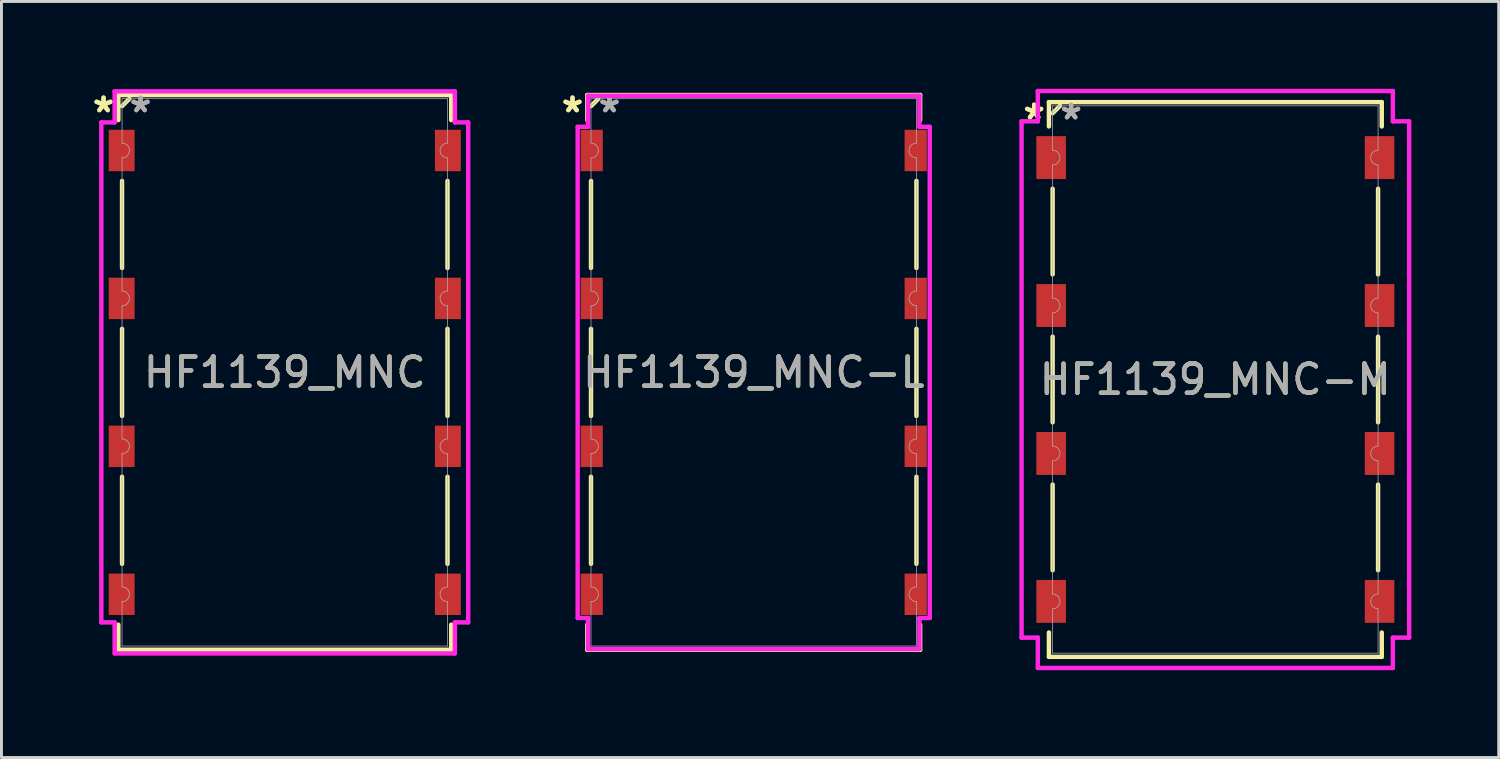
<source format=kicad_pcb>
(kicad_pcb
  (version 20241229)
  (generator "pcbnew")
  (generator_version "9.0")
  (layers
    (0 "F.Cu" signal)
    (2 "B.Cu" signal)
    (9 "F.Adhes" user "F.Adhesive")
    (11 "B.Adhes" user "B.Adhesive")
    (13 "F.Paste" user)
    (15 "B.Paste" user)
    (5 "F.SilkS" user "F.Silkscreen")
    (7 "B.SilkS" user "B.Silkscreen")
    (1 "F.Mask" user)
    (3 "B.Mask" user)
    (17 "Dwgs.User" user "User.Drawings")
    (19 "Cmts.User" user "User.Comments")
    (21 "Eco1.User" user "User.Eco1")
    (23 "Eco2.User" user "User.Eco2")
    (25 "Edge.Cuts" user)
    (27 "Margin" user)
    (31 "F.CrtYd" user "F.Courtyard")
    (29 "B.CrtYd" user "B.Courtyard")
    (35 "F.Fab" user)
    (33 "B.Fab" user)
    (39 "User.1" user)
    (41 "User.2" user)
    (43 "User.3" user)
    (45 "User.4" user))
  (footprint "HF1139_MNC"
    (layer "F.Cu")
    (at 6.729 9.738)
    (property "Reference" "HF1139_MNC" (at 0 0 0) (unlocked yes) (layer "F.SilkS") (effects (font (size 1 1) (thickness 0.15))))
    (attr smd)
    (fp_line (start -5.715 -9.525) (end 5.715 -9.525) (stroke (width 0.152) (type solid)) (layer "F.SilkS"))
    (fp_line (start -5.715 -8.664) (end -5.715 -9.525) (stroke (width 0.152) (type solid)) (layer "F.SilkS"))
    (fp_line (start -5.715 8.664) (end -5.715 9.525) (stroke (width 0.152) (type solid)) (layer "F.SilkS"))
    (fp_line (start -5.715 9.525) (end 5.715 9.525) (stroke (width 0.152) (type solid)) (layer "F.SilkS"))
    (fp_line (start -5.588 -6.576) (end -5.588 -3.584) (stroke (width 0.152) (type solid)) (layer "F.SilkS"))
    (fp_line (start -5.588 -1.496) (end -5.588 1.496) (stroke (width 0.152) (type solid)) (layer "F.SilkS"))
    (fp_line (start -5.588 3.584) (end -5.588 6.576) (stroke (width 0.152) (type solid)) (layer "F.SilkS"))
    (fp_line (start -5.334 -9.398) (end -5.588 -9.144) (stroke (width 0.152) (type solid)) (layer "F.SilkS"))
    (fp_line (start 5.588 -6.576) (end 5.588 -3.584) (stroke (width 0.152) (type solid)) (layer "F.SilkS"))
    (fp_line (start 5.588 -1.496) (end 5.588 1.496) (stroke (width 0.152) (type solid)) (layer "F.SilkS"))
    (fp_line (start 5.588 3.584) (end 5.588 6.576) (stroke (width 0.152) (type solid)) (layer "F.SilkS"))
    (fp_line (start 5.715 -8.664) (end 5.715 -9.525) (stroke (width 0.152) (type solid)) (layer "F.SilkS"))
    (fp_line (start 5.715 8.664) (end 5.715 9.525) (stroke (width 0.152) (type solid)) (layer "F.SilkS"))
    (fp_line (start -6.299 -8.585) (end -5.842 -8.585) (stroke (width 0.152) (type solid)) (layer "F.CrtYd"))
    (fp_line (start -6.299 8.585) (end -6.299 -8.585) (stroke (width 0.152) (type solid)) (layer "F.CrtYd"))
    (fp_line (start -6.299 8.585) (end -5.842 8.585) (stroke (width 0.152) (type solid)) (layer "F.CrtYd"))
    (fp_line (start -5.842 -9.652) (end 5.842 -9.652) (stroke (width 0.152) (type solid)) (layer "F.CrtYd"))
    (fp_line (start -5.842 -8.585) (end -5.842 -9.652) (stroke (width 0.152) (type solid)) (layer "F.CrtYd"))
    (fp_line (start -5.842 9.652) (end -5.842 8.585) (stroke (width 0.152) (type solid)) (layer "F.CrtYd"))
    (fp_line (start 5.842 -9.652) (end 5.842 -8.585) (stroke (width 0.152) (type solid)) (layer "F.CrtYd"))
    (fp_line (start 5.842 8.585) (end 5.842 9.652) (stroke (width 0.152) (type solid)) (layer "F.CrtYd"))
    (fp_line (start 5.842 9.652) (end -5.842 9.652) (stroke (width 0.152) (type solid)) (layer "F.CrtYd"))
    (fp_line (start 6.299 -8.585) (end 5.842 -8.585) (stroke (width 0.152) (type solid)) (layer "F.CrtYd"))
    (fp_line (start 6.299 -8.585) (end 6.299 8.585) (stroke (width 0.152) (type solid)) (layer "F.CrtYd"))
    (fp_line (start 6.299 8.585) (end 5.842 8.585) (stroke (width 0.152) (type solid)) (layer "F.CrtYd"))
    (fp_line (start -5.588 -9.398) (end 5.588 -9.398) (stroke (width 0.025) (type solid)) (layer "F.Fab"))
    (fp_line (start -5.588 -7.874) (end -5.588 -9.398) (stroke (width 0.025) (type solid)) (layer "F.Fab"))
    (fp_line (start -5.588 -7.366) (end -5.588 -2.794) (stroke (width 0.025) (type solid)) (layer "F.Fab"))
    (fp_line (start -5.588 -2.286) (end -5.588 2.286) (stroke (width 0.025) (type solid)) (layer "F.Fab"))
    (fp_line (start -5.588 2.794) (end -5.588 7.366) (stroke (width 0.025) (type solid)) (layer "F.Fab"))
    (fp_line (start -5.588 7.874) (end -5.588 9.398) (stroke (width 0.025) (type solid)) (layer "F.Fab"))
    (fp_line (start -5.588 9.398) (end 5.588 9.398) (stroke (width 0.025) (type solid)) (layer "F.Fab"))
    (fp_line (start -5.334 -9.398) (end -5.588 -9.144) (stroke (width 0.025) (type solid)) (layer "F.Fab"))
    (fp_line (start 5.588 -7.874) (end 5.588 -9.398) (stroke (width 0.025) (type solid)) (layer "F.Fab"))
    (fp_line (start 5.588 -7.366) (end 5.588 -2.794) (stroke (width 0.025) (type solid)) (layer "F.Fab"))
    (fp_line (start 5.588 -2.286) (end 5.588 2.286) (stroke (width 0.025) (type solid)) (layer "F.Fab"))
    (fp_line (start 5.588 2.794) (end 5.588 7.366) (stroke (width 0.025) (type solid)) (layer "F.Fab"))
    (fp_line (start 5.588 7.874) (end 5.588 9.398) (stroke (width 0.025) (type solid)) (layer "F.Fab"))
    (fp_arc (start -5.588 -7.874) (mid -5.334 -7.62) (end -5.588 -7.366) (stroke (width 0.0254) (type solid)) (layer "F.Fab"))
    (fp_arc (start -5.588 -2.794) (mid -5.334 -2.54) (end -5.588 -2.286) (stroke (width 0.0254) (type solid)) (layer "F.Fab"))
    (fp_arc (start -5.588 2.286) (mid -5.334 2.54) (end -5.588 2.794) (stroke (width 0.0254) (type solid)) (layer "F.Fab"))
    (fp_arc (start -5.588 7.366) (mid -5.334 7.62) (end -5.588 7.874) (stroke (width 0.0254) (type solid)) (layer "F.Fab"))
    (fp_arc (start 5.588 -7.366) (mid 5.334 -7.62) (end 5.588 -7.874) (stroke (width 0.0254) (type solid)) (layer "F.Fab"))
    (fp_arc (start 5.588 -2.286) (mid 5.334 -2.54) (end 5.588 -2.794) (stroke (width 0.0254) (type solid)) (layer "F.Fab"))
    (fp_arc (start 5.588 2.794) (mid 5.334 2.54) (end 5.588 2.286) (stroke (width 0.0254) (type solid)) (layer "F.Fab"))
    (fp_arc (start 5.588 7.874) (mid 5.334 7.62) (end 5.588 7.366) (stroke (width 0.0254) (type solid)) (layer "F.Fab"))
    (fp_text user "*" (at -6.223 -8.89 0) (layer "F.SilkS") (effects (font (size 1 1) (thickness 0.15))))
    (fp_text user "*" (at -6.223 -8.89 0) (unlocked yes) (layer "F.SilkS") (effects (font (size 1 1) (thickness 0.15))))
    (fp_text user "*" (at -4.953 -8.89 0) (layer "F.Fab") (effects (font (size 1 1) (thickness 0.15))))
    (fp_text user "*" (at -4.953 -8.89 0) (unlocked yes) (layer "F.Fab") (effects (font (size 1 1) (thickness 0.15))))
    (fp_text user "${REFERENCE}" (at 0 0 0) (unlocked yes) (layer "F.Fab") (effects (font (size 1 1) (thickness 0.15))))
    (pad "1" smd rect (at -5.601 -7.62) (size 0.889 1.422) (layers "F.Cu" "F.Mask" "F.Paste"))
    (pad "2" smd rect (at 5.601 -7.62) (size 0.889 1.422) (layers "F.Cu" "F.Mask" "F.Paste"))
    (pad "3" smd rect (at -5.601 -2.54) (size 0.889 1.422) (layers "F.Cu" "F.Mask" "F.Paste"))
    (pad "4" smd rect (at 5.601 -2.54) (size 0.889 1.422) (layers "F.Cu" "F.Mask" "F.Paste"))
    (pad "5" smd rect (at -5.601 2.54) (size 0.889 1.422) (layers "F.Cu" "F.Mask" "F.Paste"))
    (pad "6" smd rect (at 5.601 2.54) (size 0.889 1.422) (layers "F.Cu" "F.Mask" "F.Paste"))
    (pad "7" smd rect (at -5.601 7.62) (size 0.889 1.422) (layers "F.Cu" "F.Mask" "F.Paste"))
    (pad "8" smd rect (at 5.601 7.62) (size 0.889 1.422) (layers "F.Cu" "F.Mask" "F.Paste")))
  (footprint "HF1139_MNC-M"
    (layer "F.Cu")
    (at 38.686 9.982)
    (property "Reference" "HF1139_MNC-M" (at 0 0 0) (unlocked yes) (layer "F.SilkS") (effects (font (size 1 1) (thickness 0.15))))
    (attr smd)
    (fp_line (start -5.715 -9.525) (end 5.715 -9.525) (stroke (width 0.152) (type solid)) (layer "F.SilkS"))
    (fp_line (start -5.715 -8.689) (end -5.715 -9.525) (stroke (width 0.152) (type solid)) (layer "F.SilkS"))
    (fp_line (start -5.715 8.689) (end -5.715 9.525) (stroke (width 0.152) (type solid)) (layer "F.SilkS"))
    (fp_line (start -5.715 9.525) (end 5.715 9.525) (stroke (width 0.152) (type solid)) (layer "F.SilkS"))
    (fp_line (start -5.588 -6.551) (end -5.588 -3.609) (stroke (width 0.152) (type solid)) (layer "F.SilkS"))
    (fp_line (start -5.588 -1.471) (end -5.588 1.471) (stroke (width 0.152) (type solid)) (layer "F.SilkS"))
    (fp_line (start -5.588 3.609) (end -5.588 6.551) (stroke (width 0.152) (type solid)) (layer "F.SilkS"))
    (fp_line (start -5.334 -9.398) (end -5.588 -9.144) (stroke (width 0.152) (type solid)) (layer "F.SilkS"))
    (fp_line (start 5.588 -6.551) (end 5.588 -3.609) (stroke (width 0.152) (type solid)) (layer "F.SilkS"))
    (fp_line (start 5.588 -1.471) (end 5.588 1.471) (stroke (width 0.152) (type solid)) (layer "F.SilkS"))
    (fp_line (start 5.588 3.609) (end 5.588 6.551) (stroke (width 0.152) (type solid)) (layer "F.SilkS"))
    (fp_line (start 5.715 -8.689) (end 5.715 -9.525) (stroke (width 0.152) (type solid)) (layer "F.SilkS"))
    (fp_line (start 5.715 8.689) (end 5.715 9.525) (stroke (width 0.152) (type solid)) (layer "F.SilkS"))
    (fp_line (start -6.655 -8.865) (end -6.096 -8.865) (stroke (width 0.152) (type solid)) (layer "F.CrtYd"))
    (fp_line (start -6.655 8.865) (end -6.655 -8.865) (stroke (width 0.152) (type solid)) (layer "F.CrtYd"))
    (fp_line (start -6.655 8.865) (end -6.096 8.865) (stroke (width 0.152) (type solid)) (layer "F.CrtYd"))
    (fp_line (start -6.096 -9.906) (end 6.096 -9.906) (stroke (width 0.152) (type solid)) (layer "F.CrtYd"))
    (fp_line (start -6.096 -8.865) (end -6.096 -9.906) (stroke (width 0.152) (type solid)) (layer "F.CrtYd"))
    (fp_line (start -6.096 9.906) (end -6.096 8.865) (stroke (width 0.152) (type solid)) (layer "F.CrtYd"))
    (fp_line (start 6.096 -9.906) (end 6.096 -8.865) (stroke (width 0.152) (type solid)) (layer "F.CrtYd"))
    (fp_line (start 6.096 8.865) (end 6.096 9.906) (stroke (width 0.152) (type solid)) (layer "F.CrtYd"))
    (fp_line (start 6.096 9.906) (end -6.096 9.906) (stroke (width 0.152) (type solid)) (layer "F.CrtYd"))
    (fp_line (start 6.655 -8.865) (end 6.096 -8.865) (stroke (width 0.152) (type solid)) (layer "F.CrtYd"))
    (fp_line (start 6.655 -8.865) (end 6.655 8.865) (stroke (width 0.152) (type solid)) (layer "F.CrtYd"))
    (fp_line (start 6.655 8.865) (end 6.096 8.865) (stroke (width 0.152) (type solid)) (layer "F.CrtYd"))
    (fp_line (start -5.588 -9.398) (end 5.588 -9.398) (stroke (width 0.025) (type solid)) (layer "F.Fab"))
    (fp_line (start -5.588 -7.874) (end -5.588 -9.398) (stroke (width 0.025) (type solid)) (layer "F.Fab"))
    (fp_line (start -5.588 -7.366) (end -5.588 -2.794) (stroke (width 0.025) (type solid)) (layer "F.Fab"))
    (fp_line (start -5.588 -2.286) (end -5.588 2.286) (stroke (width 0.025) (type solid)) (layer "F.Fab"))
    (fp_line (start -5.588 2.794) (end -5.588 7.366) (stroke (width 0.025) (type solid)) (layer "F.Fab"))
    (fp_line (start -5.588 7.874) (end -5.588 9.398) (stroke (width 0.025) (type solid)) (layer "F.Fab"))
    (fp_line (start -5.588 9.398) (end 5.588 9.398) (stroke (width 0.025) (type solid)) (layer "F.Fab"))
    (fp_line (start -5.334 -9.398) (end -5.588 -9.144) (stroke (width 0.025) (type solid)) (layer "F.Fab"))
    (fp_line (start 5.588 -7.874) (end 5.588 -9.398) (stroke (width 0.025) (type solid)) (layer "F.Fab"))
    (fp_line (start 5.588 -7.366) (end 5.588 -2.794) (stroke (width 0.025) (type solid)) (layer "F.Fab"))
    (fp_line (start 5.588 -2.286) (end 5.588 2.286) (stroke (width 0.025) (type solid)) (layer "F.Fab"))
    (fp_line (start 5.588 2.794) (end 5.588 7.366) (stroke (width 0.025) (type solid)) (layer "F.Fab"))
    (fp_line (start 5.588 7.874) (end 5.588 9.398) (stroke (width 0.025) (type solid)) (layer "F.Fab"))
    (fp_arc (start -5.588 -7.874) (mid -5.334 -7.62) (end -5.588 -7.366) (stroke (width 0.0254) (type solid)) (layer "F.Fab"))
    (fp_arc (start -5.588 -2.794) (mid -5.334 -2.54) (end -5.588 -2.286) (stroke (width 0.0254) (type solid)) (layer "F.Fab"))
    (fp_arc (start -5.588 2.286) (mid -5.334 2.54) (end -5.588 2.794) (stroke (width 0.0254) (type solid)) (layer "F.Fab"))
    (fp_arc (start -5.588 7.366) (mid -5.334 7.62) (end -5.588 7.874) (stroke (width 0.0254) (type solid)) (layer "F.Fab"))
    (fp_arc (start 5.588 -7.366) (mid 5.334 -7.62) (end 5.588 -7.874) (stroke (width 0.0254) (type solid)) (layer "F.Fab"))
    (fp_arc (start 5.588 -2.286) (mid 5.334 -2.54) (end 5.588 -2.794) (stroke (width 0.0254) (type solid)) (layer "F.Fab"))
    (fp_arc (start 5.588 2.794) (mid 5.334 2.54) (end 5.588 2.286) (stroke (width 0.0254) (type solid)) (layer "F.Fab"))
    (fp_arc (start 5.588 7.874) (mid 5.334 7.62) (end 5.588 7.366) (stroke (width 0.0254) (type solid)) (layer "F.Fab"))
    (fp_text user "*" (at -6.223 -8.89 0) (layer "F.SilkS") (effects (font (size 1 1) (thickness 0.15))))
    (fp_text user "*" (at -6.223 -8.89 0) (unlocked yes) (layer "F.SilkS") (effects (font (size 1 1) (thickness 0.15))))
    (fp_text user "${REFERENCE}" (at 0 0 0) (unlocked yes) (layer "F.Fab") (effects (font (size 1 1) (thickness 0.15))))
    (fp_text user "*" (at -4.953 -8.89 0) (unlocked yes) (layer "F.Fab") (effects (font (size 1 1) (thickness 0.15))))
    (fp_text user "*" (at -4.953 -8.89 0) (layer "F.Fab") (effects (font (size 1 1) (thickness 0.15))))
    (pad "1" smd rect (at -5.639 -7.62) (size 1.016 1.473) (layers "F.Cu" "F.Mask" "F.Paste"))
    (pad "2" smd rect (at 5.639 -7.62) (size 1.016 1.473) (layers "F.Cu" "F.Mask" "F.Paste"))
    (pad "3" smd rect (at -5.639 -2.54) (size 1.016 1.473) (layers "F.Cu" "F.Mask" "F.Paste"))
    (pad "4" smd rect (at 5.639 -2.54) (size 1.016 1.473) (layers "F.Cu" "F.Mask" "F.Paste"))
    (pad "5" smd rect (at -5.639 2.54) (size 1.016 1.473) (layers "F.Cu" "F.Mask" "F.Paste"))
    (pad "6" smd rect (at 5.639 2.54) (size 1.016 1.473) (layers "F.Cu" "F.Mask" "F.Paste"))
    (pad "7" smd rect (at -5.639 7.62) (size 1.016 1.473) (layers "F.Cu" "F.Mask" "F.Paste"))
    (pad "8" smd rect (at 5.639 7.62) (size 1.016 1.473) (layers "F.Cu" "F.Mask" "F.Paste")))
  (footprint "HF1139_MNC-L"
    (layer "F.Cu")
    (at 22.833 9.738)
    (property "Reference" "HF1139_MNC-L" (at 0 0 0) (unlocked yes) (layer "F.SilkS") (effects (font (size 1 1) (thickness 0.15))))
    (attr smd)
    (fp_line (start -5.715 -9.525) (end 5.715 -9.525) (stroke (width 0.152) (type solid)) (layer "F.SilkS"))
    (fp_line (start -5.715 -8.664) (end -5.715 -9.525) (stroke (width 0.152) (type solid)) (layer "F.SilkS"))
    (fp_line (start -5.715 8.664) (end -5.715 9.525) (stroke (width 0.152) (type solid)) (layer "F.SilkS"))
    (fp_line (start -5.715 9.525) (end 5.715 9.525) (stroke (width 0.152) (type solid)) (layer "F.SilkS"))
    (fp_line (start -5.588 -6.576) (end -5.588 -3.584) (stroke (width 0.152) (type solid)) (layer "F.SilkS"))
    (fp_line (start -5.588 -1.496) (end -5.588 1.496) (stroke (width 0.152) (type solid)) (layer "F.SilkS"))
    (fp_line (start -5.588 3.584) (end -5.588 6.576) (stroke (width 0.152) (type solid)) (layer "F.SilkS"))
    (fp_line (start -5.334 -9.398) (end -5.588 -9.144) (stroke (width 0.152) (type solid)) (layer "F.SilkS"))
    (fp_line (start 5.588 -6.576) (end 5.588 -3.584) (stroke (width 0.152) (type solid)) (layer "F.SilkS"))
    (fp_line (start 5.588 -1.496) (end 5.588 1.496) (stroke (width 0.152) (type solid)) (layer "F.SilkS"))
    (fp_line (start 5.588 3.584) (end 5.588 6.576) (stroke (width 0.152) (type solid)) (layer "F.SilkS"))
    (fp_line (start 5.715 -8.664) (end 5.715 -9.525) (stroke (width 0.152) (type solid)) (layer "F.SilkS"))
    (fp_line (start 5.715 8.664) (end 5.715 9.525) (stroke (width 0.152) (type solid)) (layer "F.SilkS"))
    (fp_line (start -6.045 -8.433) (end -5.69 -8.433) (stroke (width 0.152) (type solid)) (layer "F.CrtYd"))
    (fp_line (start -6.045 8.433) (end -6.045 -8.433) (stroke (width 0.152) (type solid)) (layer "F.CrtYd"))
    (fp_line (start -6.045 8.433) (end -5.69 8.433) (stroke (width 0.152) (type solid)) (layer "F.CrtYd"))
    (fp_line (start -5.69 -9.5) (end 5.69 -9.5) (stroke (width 0.152) (type solid)) (layer "F.CrtYd"))
    (fp_line (start -5.69 -8.433) (end -5.69 -9.5) (stroke (width 0.152) (type solid)) (layer "F.CrtYd"))
    (fp_line (start -5.69 9.5) (end -5.69 8.433) (stroke (width 0.152) (type solid)) (layer "F.CrtYd"))
    (fp_line (start 5.69 -9.5) (end 5.69 -8.433) (stroke (width 0.152) (type solid)) (layer "F.CrtYd"))
    (fp_line (start 5.69 8.433) (end 5.69 9.5) (stroke (width 0.152) (type solid)) (layer "F.CrtYd"))
    (fp_line (start 5.69 9.5) (end -5.69 9.5) (stroke (width 0.152) (type solid)) (layer "F.CrtYd"))
    (fp_line (start 6.045 -8.433) (end 5.69 -8.433) (stroke (width 0.152) (type solid)) (layer "F.CrtYd"))
    (fp_line (start 6.045 -8.433) (end 6.045 8.433) (stroke (width 0.152) (type solid)) (layer "F.CrtYd"))
    (fp_line (start 6.045 8.433) (end 5.69 8.433) (stroke (width 0.152) (type solid)) (layer "F.CrtYd"))
    (fp_line (start -5.588 -9.398) (end 5.588 -9.398) (stroke (width 0.025) (type solid)) (layer "F.Fab"))
    (fp_line (start -5.588 -7.874) (end -5.588 -9.398) (stroke (width 0.025) (type solid)) (layer "F.Fab"))
    (fp_line (start -5.588 -7.366) (end -5.588 -2.794) (stroke (width 0.025) (type solid)) (layer "F.Fab"))
    (fp_line (start -5.588 -2.286) (end -5.588 2.286) (stroke (width 0.025) (type solid)) (layer "F.Fab"))
    (fp_line (start -5.588 2.794) (end -5.588 7.366) (stroke (width 0.025) (type solid)) (layer "F.Fab"))
    (fp_line (start -5.588 7.874) (end -5.588 9.398) (stroke (width 0.025) (type solid)) (layer "F.Fab"))
    (fp_line (start -5.588 9.398) (end 5.588 9.398) (stroke (width 0.025) (type solid)) (layer "F.Fab"))
    (fp_line (start -5.334 -9.398) (end -5.588 -9.144) (stroke (width 0.025) (type solid)) (layer "F.Fab"))
    (fp_line (start 5.588 -7.874) (end 5.588 -9.398) (stroke (width 0.025) (type solid)) (layer "F.Fab"))
    (fp_line (start 5.588 -7.366) (end 5.588 -2.794) (stroke (width 0.025) (type solid)) (layer "F.Fab"))
    (fp_line (start 5.588 -2.286) (end 5.588 2.286) (stroke (width 0.025) (type solid)) (layer "F.Fab"))
    (fp_line (start 5.588 2.794) (end 5.588 7.366) (stroke (width 0.025) (type solid)) (layer "F.Fab"))
    (fp_line (start 5.588 7.874) (end 5.588 9.398) (stroke (width 0.025) (type solid)) (layer "F.Fab"))
    (fp_arc (start -5.588 -7.874) (mid -5.334 -7.62) (end -5.588 -7.366) (stroke (width 0.0254) (type solid)) (layer "F.Fab"))
    (fp_arc (start -5.588 -2.794) (mid -5.334 -2.54) (end -5.588 -2.286) (stroke (width 0.0254) (type solid)) (layer "F.Fab"))
    (fp_arc (start -5.588 2.286) (mid -5.334 2.54) (end -5.588 2.794) (stroke (width 0.0254) (type solid)) (layer "F.Fab"))
    (fp_arc (start -5.588 7.366) (mid -5.334 7.62) (end -5.588 7.874) (stroke (width 0.0254) (type solid)) (layer "F.Fab"))
    (fp_arc (start 5.588 -7.366) (mid 5.334 -7.62) (end 5.588 -7.874) (stroke (width 0.0254) (type solid)) (layer "F.Fab"))
    (fp_arc (start 5.588 -2.286) (mid 5.334 -2.54) (end 5.588 -2.794) (stroke (width 0.0254) (type solid)) (layer "F.Fab"))
    (fp_arc (start 5.588 2.794) (mid 5.334 2.54) (end 5.588 2.286) (stroke (width 0.0254) (type solid)) (layer "F.Fab"))
    (fp_arc (start 5.588 7.874) (mid 5.334 7.62) (end 5.588 7.366) (stroke (width 0.0254) (type solid)) (layer "F.Fab"))
    (fp_text user "*" (at -6.223 -8.89 0) (unlocked yes) (layer "F.SilkS") (effects (font (size 1 1) (thickness 0.15))))
    (fp_text user "*" (at -6.223 -8.89 0) (layer "F.SilkS") (effects (font (size 1 1) (thickness 0.15))))
    (fp_text user "${REFERENCE}" (at 0 0 0) (unlocked yes) (layer "F.Fab") (effects (font (size 1 1) (thickness 0.15))))
    (fp_text user "*" (at -4.953 -8.89 0) (layer "F.Fab") (effects (font (size 1 1) (thickness 0.15))))
    (fp_text user "*" (at -4.953 -8.89 0) (unlocked yes) (layer "F.Fab") (effects (font (size 1 1) (thickness 0.15))))
    (pad "1" smd rect (at -5.563 -7.62) (size 0.762 1.422) (layers "F.Cu" "F.Mask" "F.Paste"))
    (pad "2" smd rect (at 5.563 -7.62) (size 0.762 1.422) (layers "F.Cu" "F.Mask" "F.Paste"))
    (pad "3" smd rect (at -5.563 -2.54) (size 0.762 1.422) (layers "F.Cu" "F.Mask" "F.Paste"))
    (pad "4" smd rect (at 5.563 -2.54) (size 0.762 1.422) (layers "F.Cu" "F.Mask" "F.Paste"))
    (pad "5" smd rect (at -5.563 2.54) (size 0.762 1.422) (layers "F.Cu" "F.Mask" "F.Paste"))
    (pad "6" smd rect (at 5.563 2.54) (size 0.762 1.422) (layers "F.Cu" "F.Mask" "F.Paste"))
    (pad "7" smd rect (at -5.563 7.62) (size 0.762 1.422) (layers "F.Cu" "F.Mask" "F.Paste"))
    (pad "8" smd rect (at 5.563 7.62) (size 0.762 1.422) (layers "F.Cu" "F.Mask" "F.Paste")))
  (gr_rect
    (start -3 -3)
    (end 48.417 22.964)
    (stroke (width 0.1) (type default))
    (fill no)
    (layer "Edge.Cuts")))
</source>
